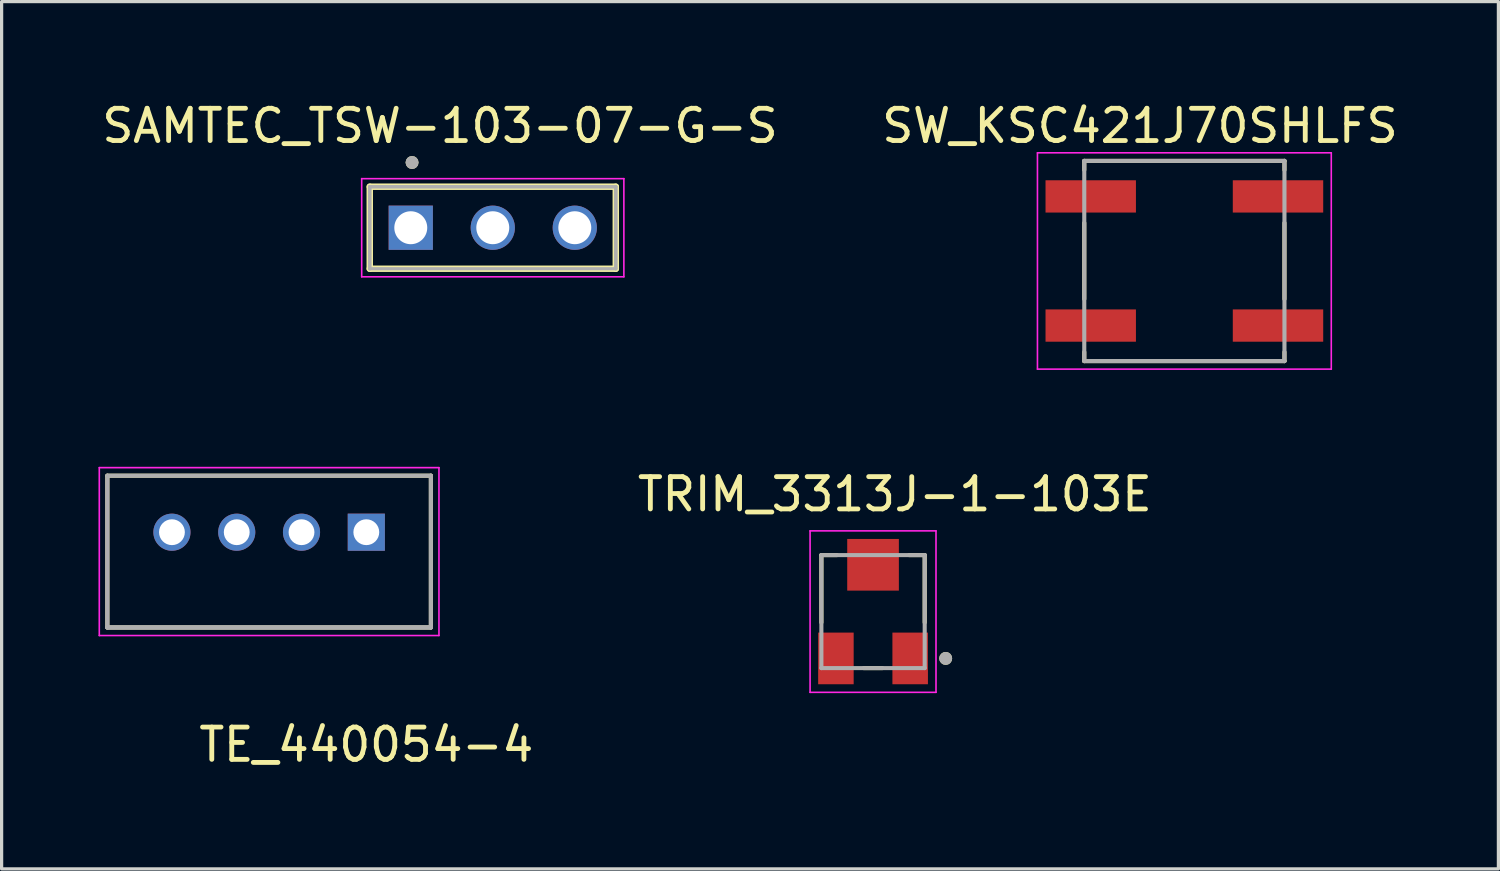
<source format=kicad_pcb>
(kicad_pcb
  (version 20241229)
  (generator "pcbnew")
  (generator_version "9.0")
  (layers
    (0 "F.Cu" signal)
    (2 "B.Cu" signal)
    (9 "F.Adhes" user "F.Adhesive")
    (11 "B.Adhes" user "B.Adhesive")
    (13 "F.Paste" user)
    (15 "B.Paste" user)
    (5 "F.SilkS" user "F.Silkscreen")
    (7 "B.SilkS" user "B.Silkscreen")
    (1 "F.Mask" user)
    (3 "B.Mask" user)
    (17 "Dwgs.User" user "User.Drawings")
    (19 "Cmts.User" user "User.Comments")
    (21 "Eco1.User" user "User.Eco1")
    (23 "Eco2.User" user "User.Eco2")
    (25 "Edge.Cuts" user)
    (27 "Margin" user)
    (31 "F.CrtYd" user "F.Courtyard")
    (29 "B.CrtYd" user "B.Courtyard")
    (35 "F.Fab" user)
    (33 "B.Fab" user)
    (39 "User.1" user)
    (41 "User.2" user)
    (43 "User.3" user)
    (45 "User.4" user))
  (footprint "SAMTEC_TSW-103-07-G-S"
    (layer "F.Cu")
    (at 12.212 4.003)
    (property "Reference" "SAMTEC_TSW-103-07-G-S" (at -1.635 -3.155 0) (layer "F.SilkS") (effects (font (size 1 1) (thickness 0.15))))
    (attr through_hole)
    (fp_line (start -3.81 1.27) (end -3.81 -1.27) (stroke (width 0.2) (type solid)) (layer "F.SilkS"))
    (fp_line (start 3.81 -1.27) (end -3.81 -1.27) (stroke (width 0.2) (type solid)) (layer "F.SilkS"))
    (fp_line (start 3.81 -1.27) (end 3.81 1.27) (stroke (width 0.2) (type solid)) (layer "F.SilkS"))
    (fp_line (start 3.81 1.27) (end -3.81 1.27) (stroke (width 0.2) (type solid)) (layer "F.SilkS"))
    (fp_circle (center -2.5 -2.02) (end -2.4 -2.02) (stroke (width 0.2) (type solid)) (fill no) (layer "F.SilkS"))
    (fp_line (start -4.06 -1.52) (end 4.06 -1.52) (stroke (width 0.05) (type solid)) (layer "F.CrtYd"))
    (fp_line (start -4.06 1.52) (end -4.06 -1.52) (stroke (width 0.05) (type solid)) (layer "F.CrtYd"))
    (fp_line (start 4.06 -1.52) (end 4.06 1.52) (stroke (width 0.05) (type solid)) (layer "F.CrtYd"))
    (fp_line (start 4.06 1.52) (end -4.06 1.52) (stroke (width 0.05) (type solid)) (layer "F.CrtYd"))
    (fp_line (start -3.81 -1.27) (end 3.81 -1.27) (stroke (width 0.1) (type solid)) (layer "F.Fab"))
    (fp_line (start -3.81 -1.27) (end 3.81 -1.27) (stroke (width 0.1) (type solid)) (layer "F.Fab"))
    (fp_line (start -3.81 1.27) (end -3.81 -1.27) (stroke (width 0.1) (type solid)) (layer "F.Fab"))
    (fp_line (start -3.81 1.27) (end -3.81 -1.27) (stroke (width 0.1) (type solid)) (layer "F.Fab"))
    (fp_line (start 3.81 -1.27) (end 3.81 1.27) (stroke (width 0.1) (type solid)) (layer "F.Fab"))
    (fp_line (start 3.81 -1.27) (end 3.81 1.27) (stroke (width 0.1) (type solid)) (layer "F.Fab"))
    (fp_line (start 3.81 1.27) (end -3.81 1.27) (stroke (width 0.1) (type solid)) (layer "F.Fab"))
    (fp_circle (center -2.5 -2.02) (end -2.4 -2.02) (stroke (width 0.2) (type solid)) (fill no) (layer "F.Fab"))
    (pad "01" thru_hole rect (at -2.54 0) (size 1.37 1.37) (drill 1.02) (layers "*.Cu" "*.Mask"))
    (pad "02" thru_hole circle (at 0 0) (size 1.37 1.37) (drill 1.02) (layers "*.Cu" "*.Mask"))
    (pad "03" thru_hole circle (at 2.54 0) (size 1.37 1.37) (drill 1.02) (layers "*.Cu" "*.Mask")))
  (footprint "TRIM_3313J-1-103E"
    (layer "F.Cu")
    (at 23.989 15.892)
    (property "Reference" "TRIM_3313J-1-103E" (at 0.675 -3.635 0) (layer "F.SilkS") (effects (font (size 1 1) (thickness 0.15))))
    (attr smd)
    (fp_line (start -1.6 -1.75) (end -1.12 -1.75) (stroke (width 0.127) (type solid)) (layer "F.SilkS"))
    (fp_line (start -1.6 0.337) (end -1.6 -1.75) (stroke (width 0.127) (type solid)) (layer "F.SilkS"))
    (fp_line (start 0.286 1.75) (end -0.286 1.75) (stroke (width 0.127) (type solid)) (layer "F.SilkS"))
    (fp_line (start 1.12 -1.75) (end 1.6 -1.75) (stroke (width 0.127) (type solid)) (layer "F.SilkS"))
    (fp_line (start 1.6 -1.75) (end 1.6 0.337) (stroke (width 0.127) (type solid)) (layer "F.SilkS"))
    (fp_circle (center 2.25 1.45) (end 2.35 1.45) (stroke (width 0.2) (type solid)) (fill no) (layer "F.SilkS"))
    (fp_line (start -1.95 -2.5) (end 1.95 -2.5) (stroke (width 0.05) (type solid)) (layer "F.CrtYd"))
    (fp_line (start -1.95 2.5) (end -1.95 -2.5) (stroke (width 0.05) (type solid)) (layer "F.CrtYd"))
    (fp_line (start 1.95 -2.5) (end 1.95 2.5) (stroke (width 0.05) (type solid)) (layer "F.CrtYd"))
    (fp_line (start 1.95 2.5) (end -1.95 2.5) (stroke (width 0.05) (type solid)) (layer "F.CrtYd"))
    (fp_line (start -1.6 -1.75) (end 1.6 -1.75) (stroke (width 0.127) (type solid)) (layer "F.Fab"))
    (fp_line (start -1.6 1.75) (end -1.6 -1.75) (stroke (width 0.127) (type solid)) (layer "F.Fab"))
    (fp_line (start 1.6 -1.75) (end 1.6 1.75) (stroke (width 0.127) (type solid)) (layer "F.Fab"))
    (fp_line (start 1.6 1.75) (end -1.6 1.75) (stroke (width 0.127) (type solid)) (layer "F.Fab"))
    (fp_circle (center 2.25 1.45) (end 2.35 1.45) (stroke (width 0.2) (type solid)) (fill no) (layer "F.Fab"))
    (pad "1" smd rect (at -1.15 1.45) (size 1.1 1.6) (layers "F.Cu" "F.Mask" "F.Paste"))
    (pad "2" smd rect (at 0 -1.45) (size 1.6 1.6) (layers "F.Cu" "F.Mask" "F.Paste"))
    (pad "3" smd rect (at 1.15 1.45) (size 1.1 1.6) (layers "F.Cu" "F.Mask" "F.Paste")))
  (footprint "SW_KSC421J70SHLFS"
    (layer "F.Cu")
    (at 33.631 5.033)
    (property "Reference" "SW_KSC421J70SHLFS" (at -1.375 -4.185 0) (layer "F.SilkS") (effects (font (size 1 1) (thickness 0.15))))
    (attr smd)
    (fp_line (start -3.1 -3.1) (end -3.1 -2.82) (stroke (width 0.127) (type solid)) (layer "F.SilkS"))
    (fp_line (start -3.1 -3.1) (end 3.1 -3.1) (stroke (width 0.127) (type solid)) (layer "F.SilkS"))
    (fp_line (start -3.1 -1.18) (end -3.1 1.18) (stroke (width 0.127) (type solid)) (layer "F.SilkS"))
    (fp_line (start -3.1 3.1) (end -3.1 2.82) (stroke (width 0.127) (type solid)) (layer "F.SilkS"))
    (fp_line (start -3.1 3.1) (end 3.1 3.1) (stroke (width 0.127) (type solid)) (layer "F.SilkS"))
    (fp_line (start 3.1 -3.1) (end 3.1 -2.82) (stroke (width 0.127) (type solid)) (layer "F.SilkS"))
    (fp_line (start 3.1 -1.18) (end 3.1 1.18) (stroke (width 0.127) (type solid)) (layer "F.SilkS"))
    (fp_line (start 3.1 3.1) (end 3.1 2.82) (stroke (width 0.127) (type solid)) (layer "F.SilkS"))
    (fp_line (start -4.55 -3.35) (end -4.55 3.35) (stroke (width 0.05) (type solid)) (layer "F.CrtYd"))
    (fp_line (start -4.55 -3.35) (end 4.55 -3.35) (stroke (width 0.05) (type solid)) (layer "F.CrtYd"))
    (fp_line (start 4.55 -3.35) (end 4.55 3.35) (stroke (width 0.05) (type solid)) (layer "F.CrtYd"))
    (fp_line (start 4.55 3.35) (end -4.55 3.35) (stroke (width 0.05) (type solid)) (layer "F.CrtYd"))
    (fp_line (start -3.1 -3.1) (end -3.1 3.1) (stroke (width 0.127) (type solid)) (layer "F.Fab"))
    (fp_line (start -3.1 -3.1) (end 3.1 -3.1) (stroke (width 0.127) (type solid)) (layer "F.Fab"))
    (fp_line (start 3.1 -3.1) (end 3.1 3.1) (stroke (width 0.127) (type solid)) (layer "F.Fab"))
    (fp_line (start 3.1 3.1) (end -3.1 3.1) (stroke (width 0.127) (type solid)) (layer "F.Fab"))
    (pad "1" smd rect (at -2.9 -2) (size 2.8 1) (layers "F.Cu" "F.Mask" "F.Paste"))
    (pad "2" smd rect (at -2.9 2) (size 2.8 1) (layers "F.Cu" "F.Mask" "F.Paste"))
    (pad "3" smd rect (at 2.9 2) (size 2.8 1) (layers "F.Cu" "F.Mask" "F.Paste"))
    (pad "4" smd rect (at 2.9 -2) (size 2.8 1) (layers "F.Cu" "F.Mask" "F.Paste")))
  (footprint "TE_440054-4"
    (layer "F.Cu")
    (at 8.295 13.433)
    (property "Reference" "TE_440054-4" (at 0 6.58 0) (layer "F.SilkS") (effects (font (size 1 1) (thickness 0.15))))
    (attr through_hole)
    (fp_line (start -8.02 2.95) (end -8.02 -1.75) (stroke (width 0.127) (type solid)) (layer "F.SilkS"))
    (fp_line (start 2 -1.75) (end -8.02 -1.75) (stroke (width 0.127) (type solid)) (layer "F.SilkS"))
    (fp_line (start 2 -1.75) (end 2 2.95) (stroke (width 0.127) (type solid)) (layer "F.SilkS"))
    (fp_line (start 2 2.95) (end -8.02 2.95) (stroke (width 0.127) (type solid)) (layer "F.SilkS"))
    (fp_line (start -8.27 -2) (end 2.25 -2) (stroke (width 0.05) (type solid)) (layer "F.CrtYd"))
    (fp_line (start -8.27 3.2) (end -8.27 -2) (stroke (width 0.05) (type solid)) (layer "F.CrtYd"))
    (fp_line (start 2.25 -2) (end 2.25 3.2) (stroke (width 0.05) (type solid)) (layer "F.CrtYd"))
    (fp_line (start 2.25 3.2) (end -8.27 3.2) (stroke (width 0.05) (type solid)) (layer "F.CrtYd"))
    (fp_line (start -8.02 -1.75) (end 2 -1.75) (stroke (width 0.127) (type solid)) (layer "F.Fab"))
    (fp_line (start -8.02 2.95) (end -8.02 -1.75) (stroke (width 0.127) (type solid)) (layer "F.Fab"))
    (fp_line (start -8.02 2.95) (end -8.02 2.95) (stroke (width 0.127) (type solid)) (layer "F.Fab"))
    (fp_line (start -8.02 2.95) (end 2 2.95) (stroke (width 0.127) (type solid)) (layer "F.Fab"))
    (fp_line (start 2 -1.75) (end 2 2.95) (stroke (width 0.127) (type solid)) (layer "F.Fab"))
    (fp_line (start 2 2.95) (end -8.02 2.95) (stroke (width 0.127) (type solid)) (layer "F.Fab"))
    (fp_line (start 2 2.95) (end 2 2.95) (stroke (width 0.127) (type solid)) (layer "F.Fab"))
    (pad "1" thru_hole rect (at 0 0) (size 1.15 1.15) (drill 0.8) (layers "*.Cu" "*.Mask"))
    (pad "2" thru_hole circle (at -2.007 0) (size 1.15 1.15) (drill 0.8) (layers "*.Cu" "*.Mask"))
    (pad "3" thru_hole circle (at -4.013 0) (size 1.15 1.15) (drill 0.8) (layers "*.Cu" "*.Mask"))
    (pad "4" thru_hole circle (at -6.02 0) (size 1.15 1.15) (drill 0.8) (layers "*.Cu" "*.Mask")))
  (gr_rect
    (start -3 -3)
    (end 43.357 23.861)
    (stroke (width 0.1) (type default))
    (fill no)
    (layer "Edge.Cuts")))
</source>
